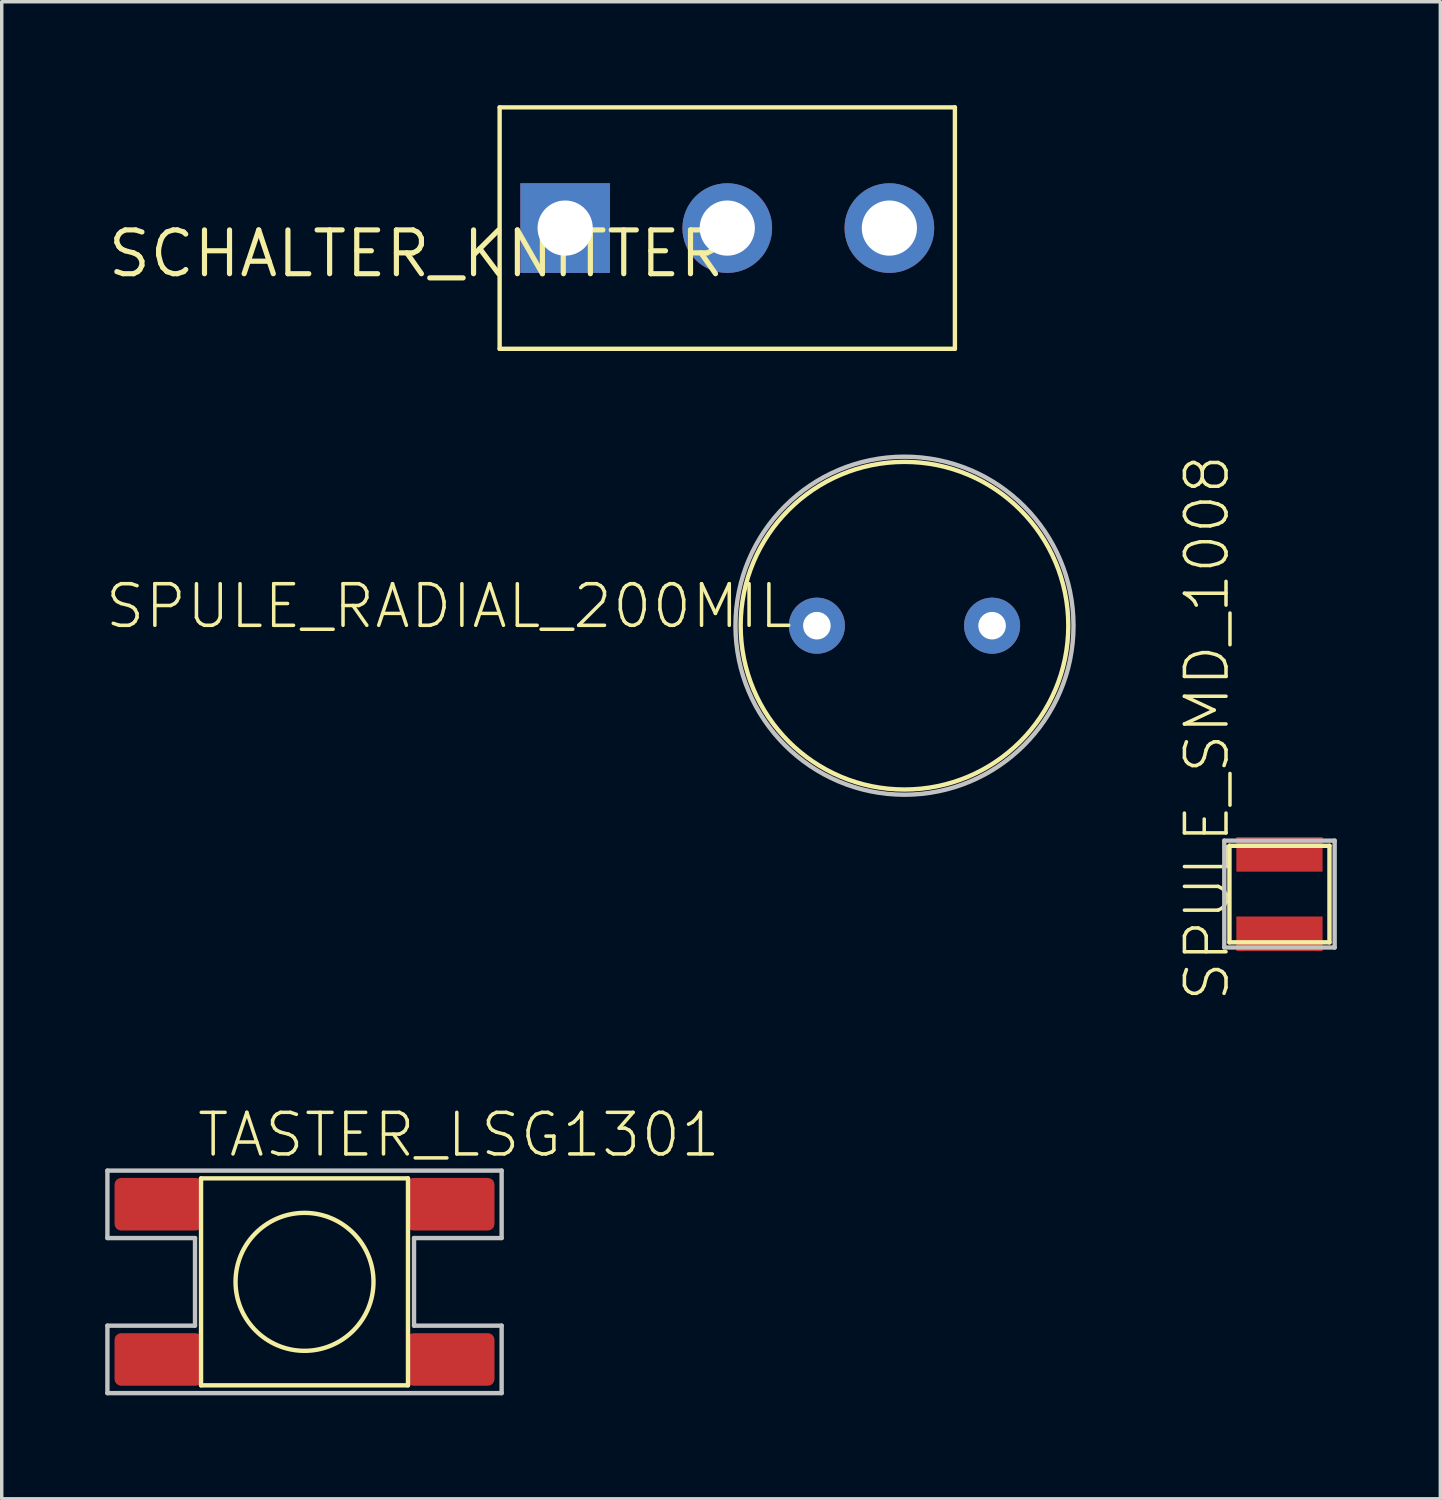
<source format=kicad_pcb>
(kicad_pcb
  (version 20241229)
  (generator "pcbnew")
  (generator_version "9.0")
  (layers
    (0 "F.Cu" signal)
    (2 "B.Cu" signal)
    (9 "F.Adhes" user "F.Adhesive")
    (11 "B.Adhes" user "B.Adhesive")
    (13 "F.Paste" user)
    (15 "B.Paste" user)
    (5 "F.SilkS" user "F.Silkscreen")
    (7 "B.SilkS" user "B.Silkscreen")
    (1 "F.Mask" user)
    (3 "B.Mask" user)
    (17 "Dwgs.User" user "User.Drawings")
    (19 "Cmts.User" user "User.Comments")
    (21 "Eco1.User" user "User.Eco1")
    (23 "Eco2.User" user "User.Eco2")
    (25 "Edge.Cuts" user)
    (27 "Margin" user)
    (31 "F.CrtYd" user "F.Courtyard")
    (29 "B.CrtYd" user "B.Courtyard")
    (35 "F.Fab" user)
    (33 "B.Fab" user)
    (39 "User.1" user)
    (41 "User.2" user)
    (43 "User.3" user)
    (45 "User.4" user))
  (footprint "SCHALTER_KNITTER"
    (layer "F.Cu")
    (at 18.036 3.563)
    (property "Reference" "SCHALTER_KNITTER" (at 0 0 0) (layer "F.SilkS") (effects (font (size 1.27 1.27) (thickness 0.15)) (justify right top)))
    (attr through_hole)
    (fp_line (start -6.6 -3.5) (end -6.6 3.5) (stroke (width 0.127) (type solid)) (layer "F.SilkS"))
    (fp_line (start -6.6 3.5) (end 6.6 3.5) (stroke (width 0.127) (type solid)) (layer "F.SilkS"))
    (fp_line (start 6.6 -3.5) (end -6.6 -3.5) (stroke (width 0.127) (type solid)) (layer "F.SilkS"))
    (fp_line (start 6.6 3.5) (end 6.6 -3.5) (stroke (width 0.127) (type solid)) (layer "F.SilkS"))
    (pad "OFF" thru_hole circle (at 4.7 0) (size 2.6 2.6) (drill 1.6) (layers "*.Cu" "*.Mask"))
    (pad "ON" thru_hole rect (at -4.7 0) (size 2.6 2.6) (drill 1.6) (layers "*.Cu" "*.Mask"))
    (pad "SW" thru_hole circle (at 0 0) (size 2.6 2.6) (drill 1.6) (layers "*.Cu" "*.Mask")))
  (footprint "SPULE_SMD_1008"
    (layer "F.Cu")
    (at 34.046 22.872)
    (property "Reference" "SPULE_SMD_1008" (at -1.397 3.175 90) (layer "F.SilkS") (effects (font (size 1.206 1.206) (thickness 0.102)) (justify left bottom)))
    (attr through_hole)
    (fp_line (start -1.45 -1.4) (end 1.45 -1.4) (stroke (width 0.127) (type solid)) (layer "F.SilkS"))
    (fp_line (start -1.45 1.4) (end -1.45 -1.4) (stroke (width 0.127) (type solid)) (layer "F.SilkS"))
    (fp_line (start 1.45 -1.4) (end 1.45 1.4) (stroke (width 0.127) (type solid)) (layer "F.SilkS"))
    (fp_line (start 1.45 1.4) (end -1.45 1.4) (stroke (width 0.127) (type solid)) (layer "F.SilkS"))
    (fp_line (start -1.6 -1.549) (end 1.6 -1.549) (stroke (width 0.127) (type solid)) (layer "Dwgs.User"))
    (fp_line (start -1.6 1.549) (end -1.6 -1.549) (stroke (width 0.127) (type solid)) (layer "Dwgs.User"))
    (fp_line (start 1.6 -1.549) (end 1.6 1.549) (stroke (width 0.127) (type solid)) (layer "Dwgs.User"))
    (fp_line (start 1.6 1.549) (end -1.6 1.549) (stroke (width 0.127) (type solid)) (layer "Dwgs.User"))
    (pad "P$1" smd rect (at 0 -1.15) (size 2.5 1) (layers "F.Cu" "F.Mask" "F.Paste"))
    (pad "P$2" smd rect (at 0 1.15) (size 2.5 1) (layers "F.Cu" "F.Mask" "F.Paste")))
  (footprint "SPULE_RADIAL_200MIL"
    (layer "F.Cu")
    (at 23.174 15.091)
    (property "Reference" "SPULE_RADIAL_200MIL" (at -3.175 -1.27 0) (layer "F.SilkS") (effects (font (size 1.206 1.206) (thickness 0.102)) (justify right top)))
    (attr through_hole)
    (fp_circle (center 0 0) (end 4.75 0) (stroke (width 0.127) (type solid)) (fill no) (layer "F.SilkS"))
    (fp_circle (center 0 0) (end 4.9 0) (stroke (width 0.127) (type solid)) (fill no) (layer "Dwgs.User"))
    (pad "P$1" thru_hole circle (at -2.54 0) (size 1.626 1.626) (drill 0.8) (layers "*.Cu" "*.Mask"))
    (pad "P$2" thru_hole circle (at 2.54 0) (size 1.626 1.626) (drill 0.8) (layers "*.Cu" "*.Mask")))
  (footprint "TASTER_LSG1301"
    (layer "F.Cu")
    (at 5.779 34.115)
    (property "Reference" "TASTER_LSG1301" (at -3.175 -3.556 0) (layer "F.SilkS") (effects (font (size 1.206 1.206) (thickness 0.102)) (justify left bottom)))
    (attr through_hole)
    (fp_line (start -3 -3) (end 3 -3) (stroke (width 0.127) (type solid)) (layer "F.SilkS"))
    (fp_line (start -3 3) (end -3 -3) (stroke (width 0.127) (type solid)) (layer "F.SilkS"))
    (fp_line (start -3 3) (end 3 3) (stroke (width 0.127) (type solid)) (layer "F.SilkS"))
    (fp_line (start 3 3) (end 3 -3) (stroke (width 0.127) (type solid)) (layer "F.SilkS"))
    (fp_circle (center 0 0) (end 2 0) (stroke (width 0.127) (type solid)) (fill no) (layer "F.SilkS"))
    (fp_line (start -5.715 -3.226) (end -5.715 -1.27) (stroke (width 0.127) (type solid)) (layer "Dwgs.User"))
    (fp_line (start -5.715 -1.27) (end -3.175 -1.27) (stroke (width 0.127) (type solid)) (layer "Dwgs.User"))
    (fp_line (start -5.715 1.27) (end -5.715 3.226) (stroke (width 0.127) (type solid)) (layer "Dwgs.User"))
    (fp_line (start -5.715 3.226) (end 5.715 3.226) (stroke (width 0.127) (type solid)) (layer "Dwgs.User"))
    (fp_line (start -3.175 -1.27) (end -3.175 1.27) (stroke (width 0.127) (type solid)) (layer "Dwgs.User"))
    (fp_line (start -3.175 1.27) (end -5.715 1.27) (stroke (width 0.127) (type solid)) (layer "Dwgs.User"))
    (fp_line (start 3.175 -1.27) (end 5.715 -1.27) (stroke (width 0.127) (type solid)) (layer "Dwgs.User"))
    (fp_line (start 3.175 1.27) (end 3.175 -1.27) (stroke (width 0.127) (type solid)) (layer "Dwgs.User"))
    (fp_line (start 5.715 -3.226) (end -5.715 -3.226) (stroke (width 0.127) (type solid)) (layer "Dwgs.User"))
    (fp_line (start 5.715 -1.27) (end 5.715 -3.226) (stroke (width 0.127) (type solid)) (layer "Dwgs.User"))
    (fp_line (start 5.715 1.27) (end 3.175 1.27) (stroke (width 0.127) (type solid)) (layer "Dwgs.User"))
    (fp_line (start 5.715 3.226) (end 5.715 1.27) (stroke (width 0.127) (type solid)) (layer "Dwgs.User"))
    (pad "P$1" smd roundrect (at -4.238 -2.25) (size 2.54 1.524) (layers "F.Cu" "F.Mask" "F.Paste") (roundrect_rratio 0.125))
    (pad "P$2" smd roundrect (at 4.238 -2.25) (size 2.54 1.524) (layers "F.Cu" "F.Mask" "F.Paste") (roundrect_rratio 0.125))
    (pad "P$3" smd roundrect (at -4.238 2.25) (size 2.54 1.524) (layers "F.Cu" "F.Mask" "F.Paste") (roundrect_rratio 0.125))
    (pad "P$4" smd roundrect (at 4.238 2.25) (size 2.54 1.524) (layers "F.Cu" "F.Mask" "F.Paste") (roundrect_rratio 0.125)))
  (gr_rect
    (start -3 -3)
    (end 38.71 40.404)
    (stroke (width 0.1) (type default))
    (fill no)
    (layer "Edge.Cuts")))
</source>
